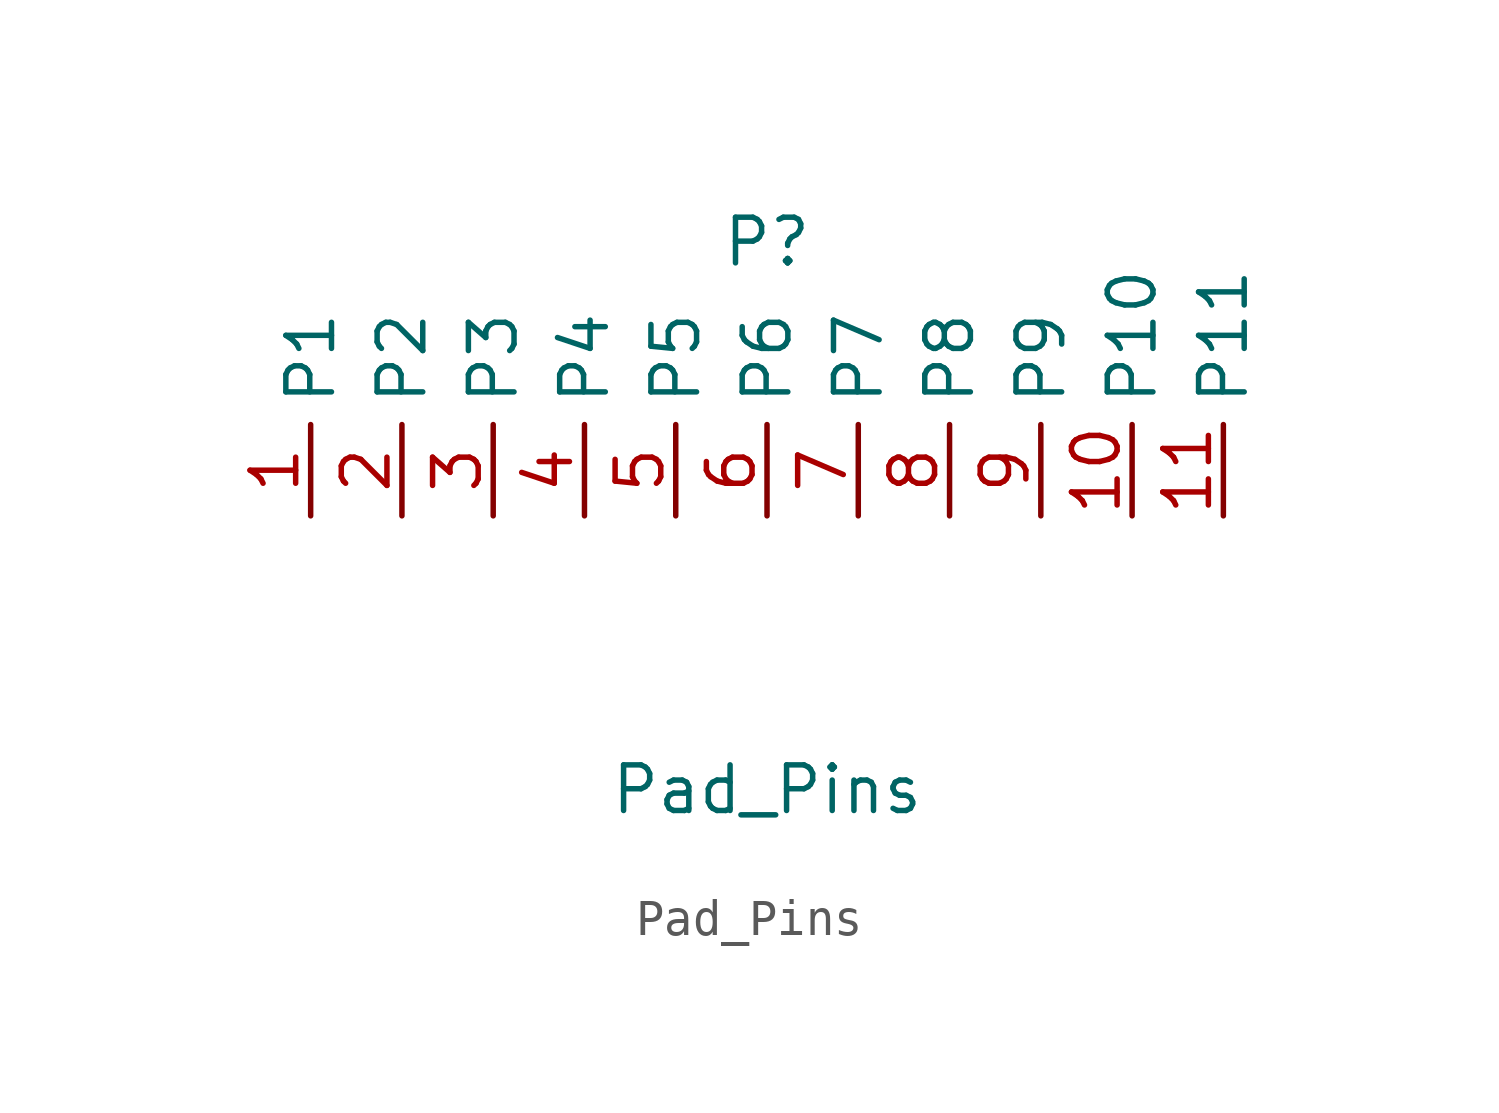
<source format=kicad_sym>
(kicad_symbol_lib
  (version 20211014)
  (generator kicad_symbol_editor)
  (symbol "Pad_Pins"
    (property "Reference" "P"
      (at 0 7.62 0)
      (effects (font (size 1.27 1.27))))
    (property "Value" "Pad_Pins"
      (at 0 -7.62 0)
      (effects (font (size 1.27 1.27))))
    (symbol "Pad_Pins_1_1"
      (pin output line (at -12.7 0 90) (length 2.54) (name "P1" (effects (font (size 1.27 1.27)))) (number "1" (effects (font (size 1.27 1.27)))))
      (pin output line (at 10.16 0 90) (length 2.54) (name "P10" (effects (font (size 1.27 1.27)))) (number "10" (effects (font (size 1.27 1.27)))))
      (pin output line (at 12.7 0 90) (length 2.54) (name "P11" (effects (font (size 1.27 1.27)))) (number "11" (effects (font (size 1.27 1.27)))))
      (pin output line (at -10.16 0 90) (length 2.54) (name "P2" (effects (font (size 1.27 1.27)))) (number "2" (effects (font (size 1.27 1.27)))))
      (pin output line (at -7.62 0 90) (length 2.54) (name "P3" (effects (font (size 1.27 1.27)))) (number "3" (effects (font (size 1.27 1.27)))))
      (pin output line (at -5.08 0 90) (length 2.54) (name "P4" (effects (font (size 1.27 1.27)))) (number "4" (effects (font (size 1.27 1.27)))))
      (pin output line (at -2.54 0 90) (length 2.54) (name "P5" (effects (font (size 1.27 1.27)))) (number "5" (effects (font (size 1.27 1.27)))))
      (pin output line (at 0 0 90) (length 2.54) (name "P6" (effects (font (size 1.27 1.27)))) (number "6" (effects (font (size 1.27 1.27)))))
      (pin output line (at 2.54 0 90) (length 2.54) (name "P7" (effects (font (size 1.27 1.27)))) (number "7" (effects (font (size 1.27 1.27)))))
      (pin output line (at 5.08 0 90) (length 2.54) (name "P8" (effects (font (size 1.27 1.27)))) (number "8" (effects (font (size 1.27 1.27)))))
      (pin output line (at 7.62 0 90) (length 2.54) (name "P9" (effects (font (size 1.27 1.27)))) (number "9" (effects (font (size 1.27 1.27))))))))
</source>
